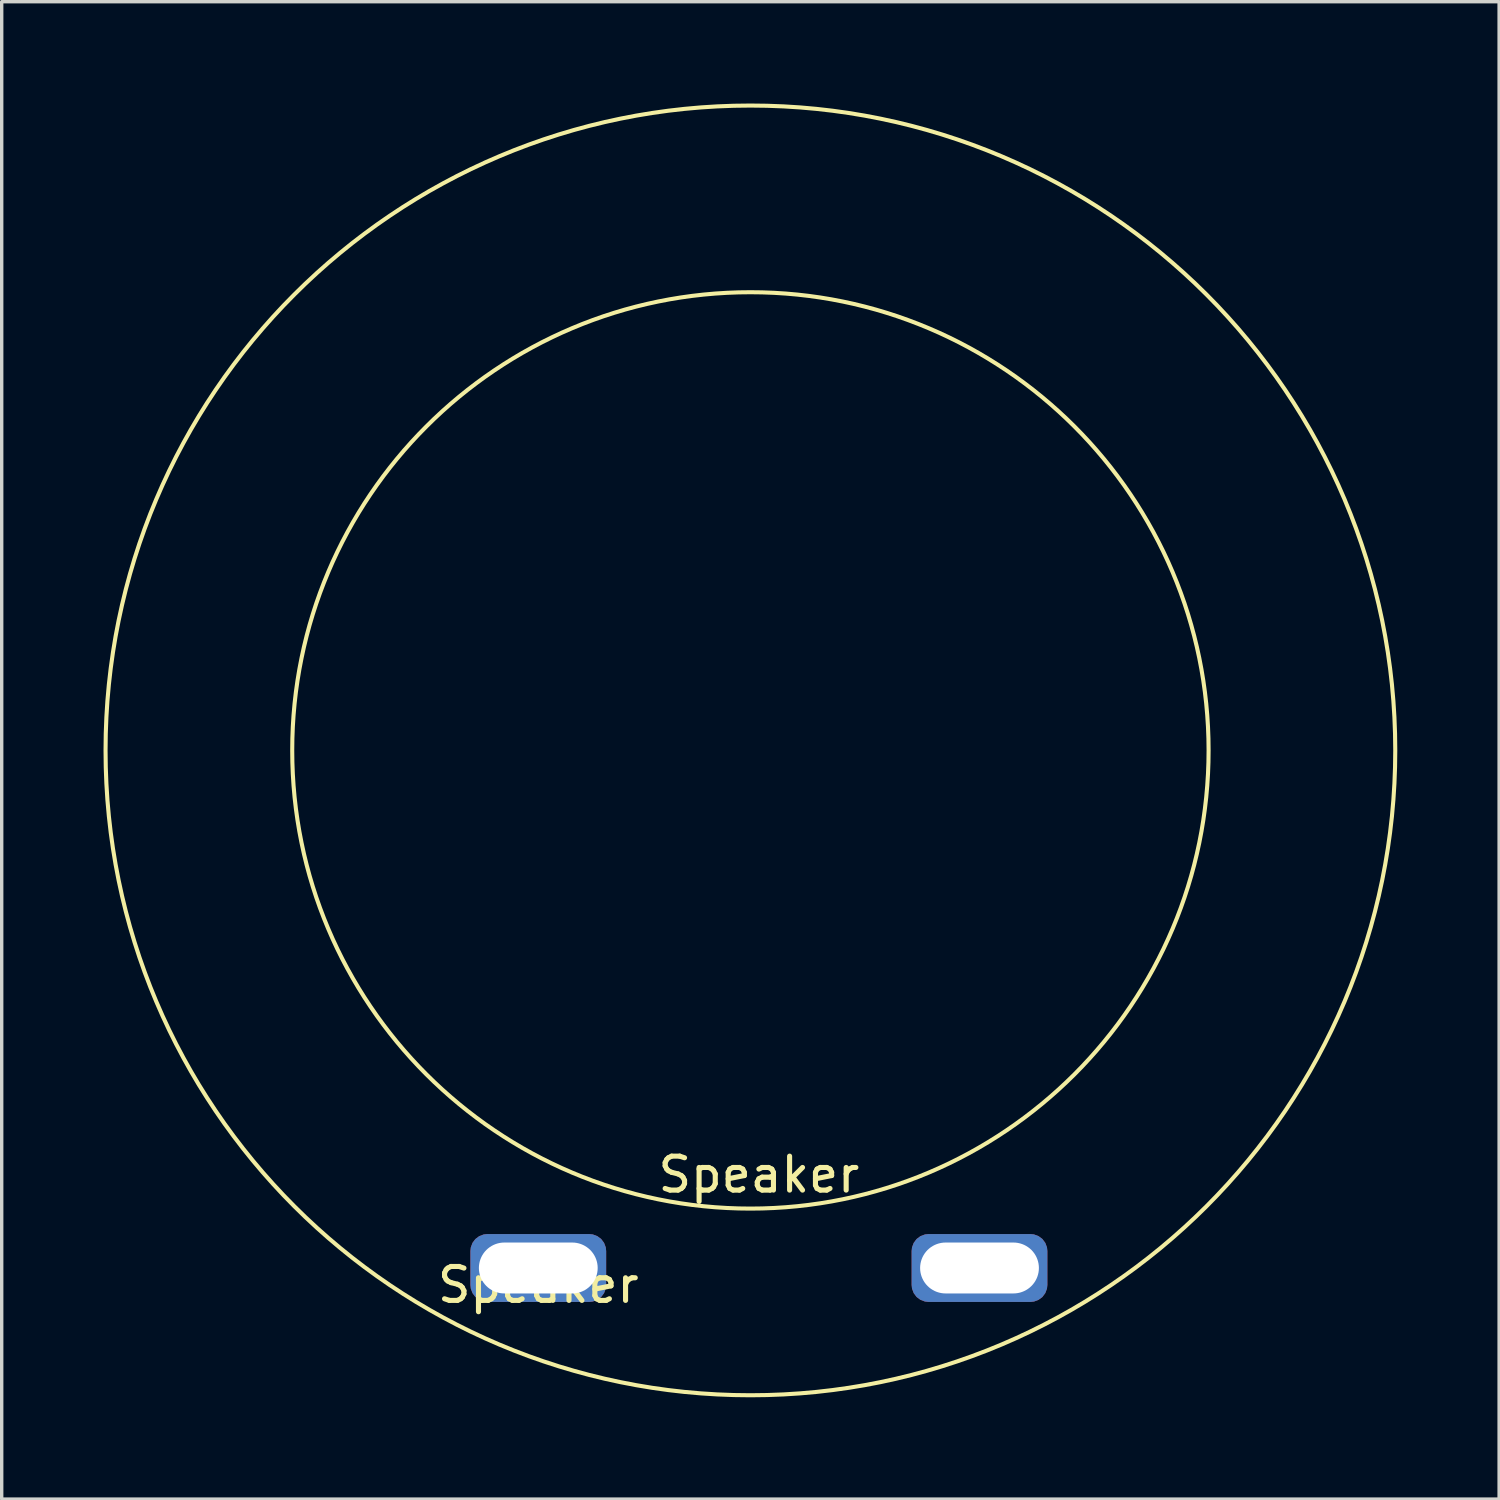
<source format=kicad_pcb>
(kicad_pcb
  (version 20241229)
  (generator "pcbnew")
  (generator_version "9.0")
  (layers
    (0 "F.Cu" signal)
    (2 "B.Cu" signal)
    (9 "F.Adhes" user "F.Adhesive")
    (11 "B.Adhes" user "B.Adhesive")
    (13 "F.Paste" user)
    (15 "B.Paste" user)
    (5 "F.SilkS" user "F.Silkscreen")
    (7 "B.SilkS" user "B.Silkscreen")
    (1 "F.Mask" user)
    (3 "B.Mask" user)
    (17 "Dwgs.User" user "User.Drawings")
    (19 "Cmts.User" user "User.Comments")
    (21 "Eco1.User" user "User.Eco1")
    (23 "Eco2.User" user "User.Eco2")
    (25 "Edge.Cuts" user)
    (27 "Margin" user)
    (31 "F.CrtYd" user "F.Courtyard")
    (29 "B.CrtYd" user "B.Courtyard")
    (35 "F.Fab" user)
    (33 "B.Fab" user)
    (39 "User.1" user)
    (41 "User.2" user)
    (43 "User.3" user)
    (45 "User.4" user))
  (footprint "Speaker"
    (layer "F.Cu")
    (at 12.81 34.31)
    (property "Reference" "Speaker" (at 0 0.5 0) (layer "F.SilkS") (effects (font (size 1 1) (thickness 0.15))))
    (attr through_hole)
    (fp_circle (center 6.25 -15.25) (end 19.75 -15.25) (stroke (width 0.12) (type solid)) (fill no) (layer "F.SilkS"))
    (fp_circle (center 6.25 -15.25) (end 25.25 -15.25) (stroke (width 0.12) (type solid)) (fill no) (layer "F.SilkS"))
    (fp_text user "Speaker" (at 6.5 -2.75 0) (layer "F.SilkS") (effects (font (size 1 1) (thickness 0.15))))
    (pad "1" thru_hole roundrect (at 0 0) (size 4 2) (drill oval 3.5 1.5) (layers "*.Cu" "*.Mask") (roundrect_rratio 0.25))
    (pad "2" thru_hole roundrect (at 13 0) (size 4 2) (drill oval 3.5 1.5) (layers "*.Cu" "*.Mask") (roundrect_rratio 0.25)))
  (gr_rect
    (start -3 -3)
    (end 41.12 41.12)
    (stroke (width 0.1) (type default))
    (fill no)
    (layer "Edge.Cuts")))
</source>
